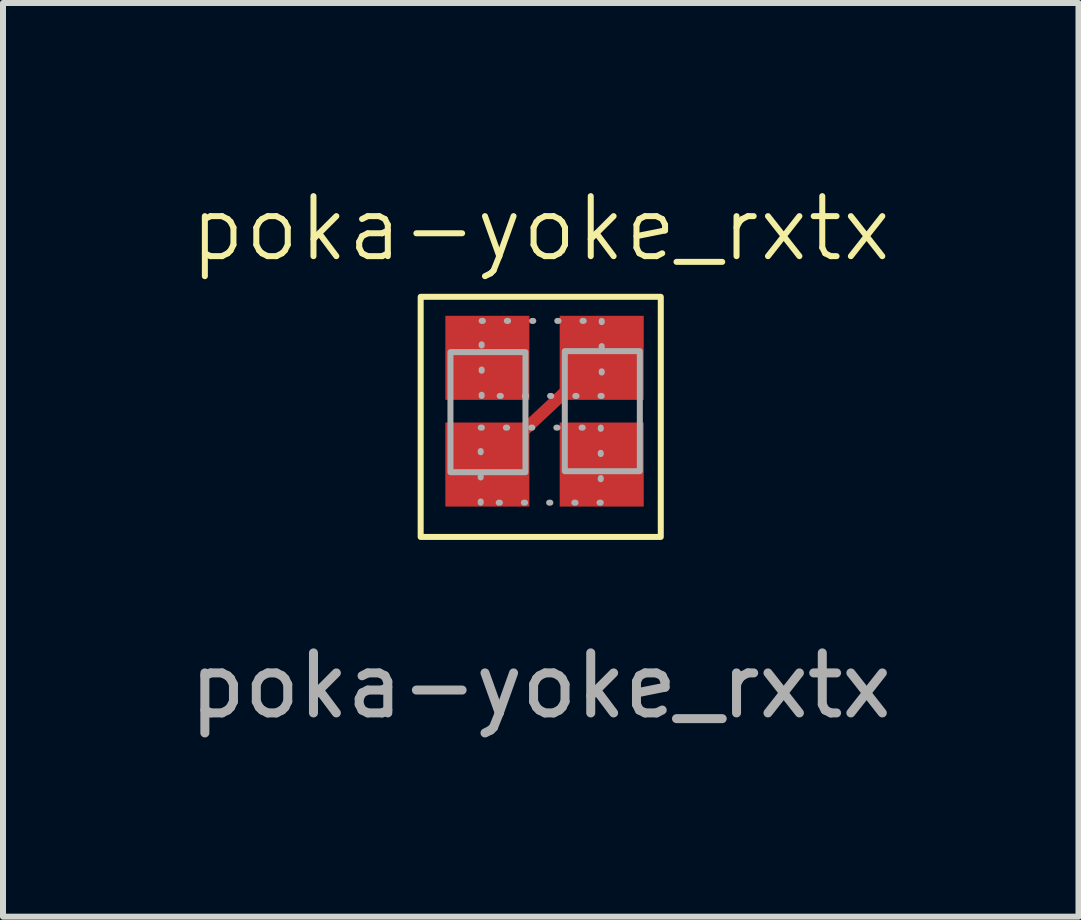
<source format=kicad_pcb>
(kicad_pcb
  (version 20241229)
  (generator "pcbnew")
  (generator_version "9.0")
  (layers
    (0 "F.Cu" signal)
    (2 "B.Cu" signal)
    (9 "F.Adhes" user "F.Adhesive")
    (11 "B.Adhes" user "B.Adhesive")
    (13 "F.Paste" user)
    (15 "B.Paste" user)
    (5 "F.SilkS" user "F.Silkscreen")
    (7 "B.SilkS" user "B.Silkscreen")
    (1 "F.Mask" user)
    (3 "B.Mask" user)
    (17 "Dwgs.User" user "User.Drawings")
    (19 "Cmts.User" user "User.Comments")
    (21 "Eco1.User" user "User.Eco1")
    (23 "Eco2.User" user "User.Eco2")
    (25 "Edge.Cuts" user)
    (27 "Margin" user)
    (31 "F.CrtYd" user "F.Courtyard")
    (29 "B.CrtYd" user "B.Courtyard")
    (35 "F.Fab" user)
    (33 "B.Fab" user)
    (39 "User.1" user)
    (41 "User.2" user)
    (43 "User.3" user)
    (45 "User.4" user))
  (footprint "poka-yoke_rxtx"
    (layer "F.Cu")
    (at 5.958 1.26)
    (property "Reference" "poka-yoke_rxtx" (at 0 -0.5 0) (unlocked yes) (layer "F.SilkS") (effects (font (size 1 1) (thickness 0.1))))
    (fp_line (start -0.889 3.429) (end 1.016 1.651) (stroke (width 0.2) (type default)) (layer "F.Cu"))
    (fp_rect (start -2 0.635) (end 2 4.635) (stroke (width 0.1) (type default)) (fill no) (layer "F.SilkS"))
    (fp_rect (start -1.504 3.556) (end -0.254 1.556) (stroke (width 0.1) (type default)) (fill no) (layer "F.Fab"))
    (fp_rect (start 0.401 3.54) (end 1.651 1.54) (stroke (width 0.1) (type default)) (fill no) (layer "F.Fab"))
    (fp_rect (start 1 4.064) (end -1 2.814) (stroke (width 0.1) (type dot)) (fill no) (layer "F.Fab"))
    (fp_rect (start 1.016 2.286) (end -0.984 1.036) (stroke (width 0.1) (type dot)) (fill no) (layer "F.Fab"))
    (fp_text user "${REFERENCE}" (at 0 7.112 0) (unlocked yes) (layer "F.Fab") (effects (font (size 1 1) (thickness 0.15))))
    (pad "1" smd rect (at -0.889 1.651) (size 1.4 1.4) (layers "F.Cu" "F.Mask" "F.Paste"))
    (pad "2" smd rect (at -0.889 3.429) (size 1.4 1.4) (layers "F.Cu" "F.Mask" "F.Paste"))
    (pad "3" smd rect (at 1.016 3.429) (size 1.4 1.4) (layers "F.Cu" "F.Mask" "F.Paste"))
    (pad "4" smd rect (at 1.016 1.651) (size 1.4 1.4) (layers "F.Cu" "F.Mask" "F.Paste")))
  (gr_rect
    (start -3 -3)
    (end 14.917 12.221)
    (stroke (width 0.1) (type default))
    (fill no)
    (layer "Edge.Cuts")))
</source>
